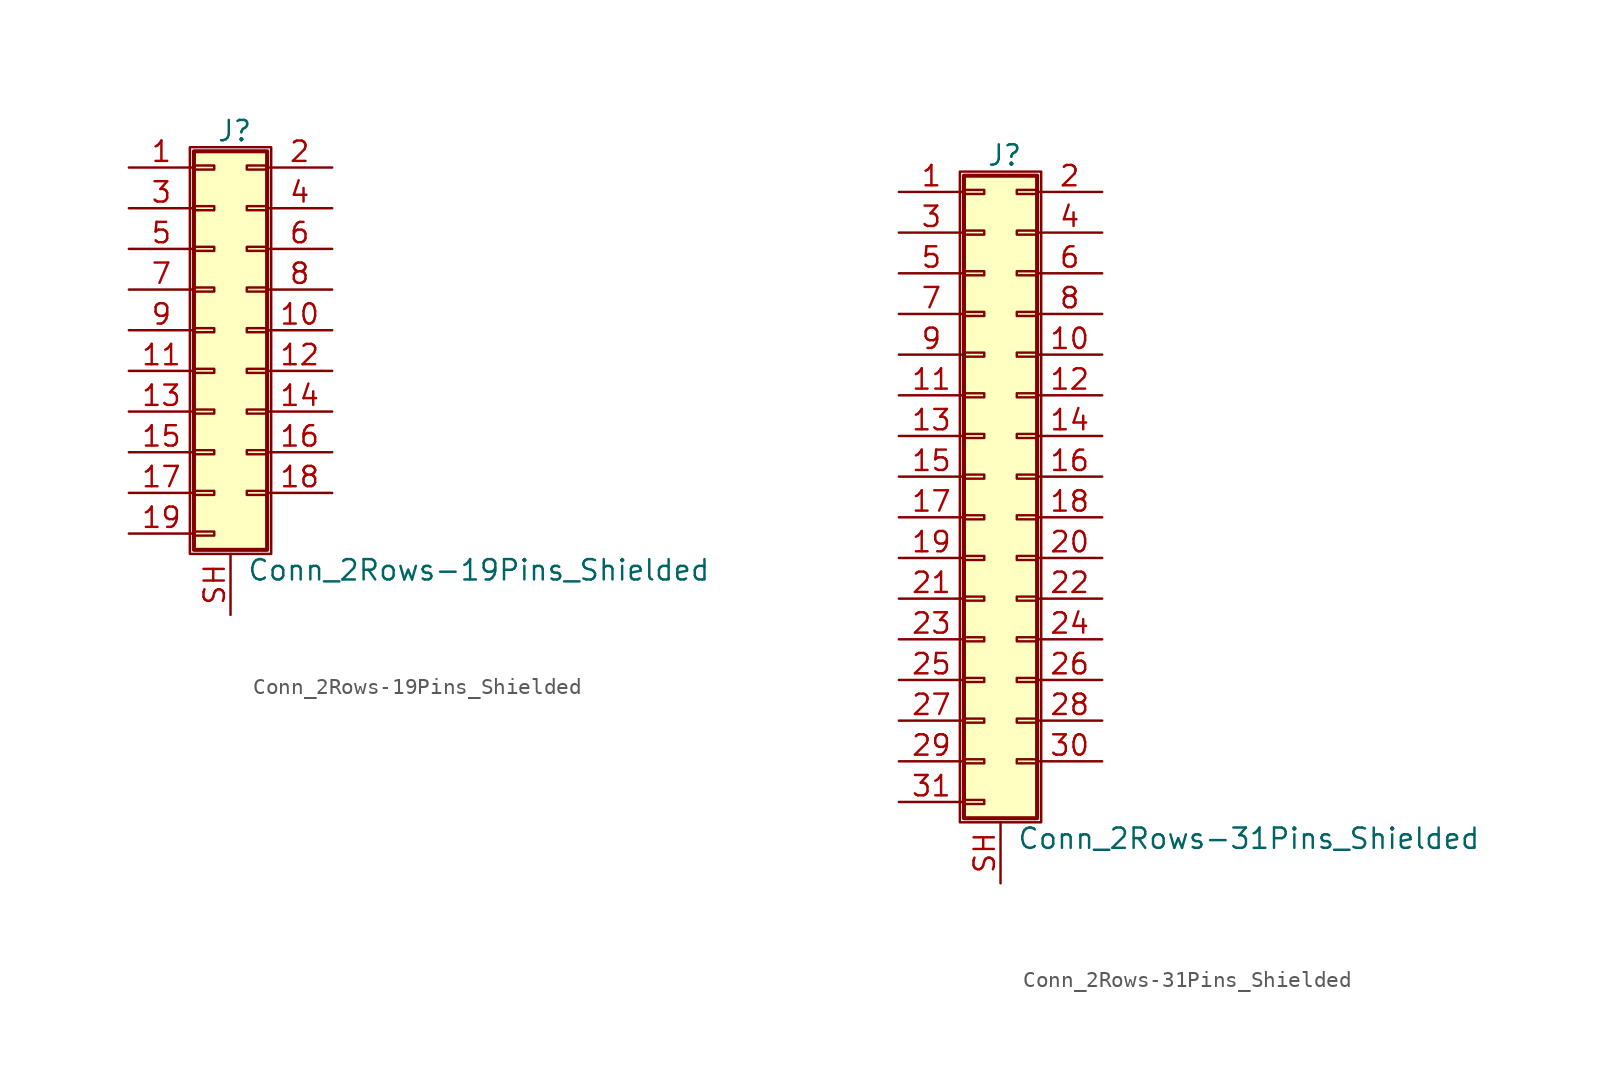
<source format=kicad_sym>
(kicad_symbol_lib
  (version 20201005)
  (generator kicad_symbol_editor)
  (symbol "Conn_2Rows-19Pins_Shielded"
    (pin_names
      (offset 1.016) hide)
    (property "Reference" "J"
      (at 1.524 12.446 0)
      (effects (font (size 1.27 1.27))))
    (property "Value" "Conn_2Rows-19Pins_Shielded"
      (at 2.286 -14.986 0)
      (effects (font (size 1.27 1.27)) (justify left)))
    (symbol "Conn_2Rows-19Pins_Shielded_1_1"
      (rectangle (start -1.27 11.43) (end 3.81 -13.97) (stroke (width 0.152)) (fill (type none)))
      (rectangle (start -1.016 -12.573) (end 0.254 -12.827) (stroke (width 0.152)) (fill (type none)))
      (rectangle (start -1.016 -10.033) (end 0.254 -10.287) (stroke (width 0.152)) (fill (type none)))
      (rectangle (start -1.016 -7.493) (end 0.254 -7.747) (stroke (width 0.152)) (fill (type none)))
      (rectangle (start -1.016 -4.953) (end 0.254 -5.207) (stroke (width 0.152)) (fill (type none)))
      (rectangle (start -1.016 -2.413) (end 0.254 -2.667) (stroke (width 0.152)) (fill (type none)))
      (rectangle (start -1.016 0.127) (end 0.254 -0.127) (stroke (width 0.152)) (fill (type none)))
      (rectangle (start -1.016 2.667) (end 0.254 2.413) (stroke (width 0.152)) (fill (type none)))
      (rectangle (start -1.016 5.207) (end 0.254 4.953) (stroke (width 0.152)) (fill (type none)))
      (rectangle (start -1.016 7.747) (end 0.254 7.493) (stroke (width 0.152)) (fill (type none)))
      (rectangle (start -1.016 10.287) (end 0.254 10.033) (stroke (width 0.152)) (fill (type none)))
      (rectangle (start -1.016 11.176) (end 3.556 -13.716) (stroke (width 0.254)) (fill (type background)))
      (rectangle (start 3.556 -10.033) (end 2.286 -10.287) (stroke (width 0.152)) (fill (type none)))
      (rectangle (start 3.556 -7.493) (end 2.286 -7.747) (stroke (width 0.152)) (fill (type none)))
      (rectangle (start 3.556 -4.953) (end 2.286 -5.207) (stroke (width 0.152)) (fill (type none)))
      (rectangle (start 3.556 -2.413) (end 2.286 -2.667) (stroke (width 0.152)) (fill (type none)))
      (rectangle (start 3.556 0.127) (end 2.286 -0.127) (stroke (width 0.152)) (fill (type none)))
      (rectangle (start 3.556 2.667) (end 2.286 2.413) (stroke (width 0.152)) (fill (type none)))
      (rectangle (start 3.556 5.207) (end 2.286 4.953) (stroke (width 0.152)) (fill (type none)))
      (rectangle (start 3.556 7.747) (end 2.286 7.493) (stroke (width 0.152)) (fill (type none)))
      (rectangle (start 3.556 10.287) (end 2.286 10.033) (stroke (width 0.152)) (fill (type none)))
      (pin passive line (at -5.08 10.16 0) (length 4.064) (name "Pin_1" (effects (font (size 1.27 1.27)))) (number "1" (effects (font (size 1.27 1.27)))))
      (pin passive line (at 7.62 0 180) (length 4.064) (name "Pin_10" (effects (font (size 1.27 1.27)))) (number "10" (effects (font (size 1.27 1.27)))))
      (pin passive line (at -5.08 -2.54 0) (length 4.064) (name "Pin_11" (effects (font (size 1.27 1.27)))) (number "11" (effects (font (size 1.27 1.27)))))
      (pin passive line (at 7.62 -2.54 180) (length 4.064) (name "Pin_12" (effects (font (size 1.27 1.27)))) (number "12" (effects (font (size 1.27 1.27)))))
      (pin passive line (at -5.08 -5.08 0) (length 4.064) (name "Pin_13" (effects (font (size 1.27 1.27)))) (number "13" (effects (font (size 1.27 1.27)))))
      (pin passive line (at 7.62 -5.08 180) (length 4.064) (name "Pin_14" (effects (font (size 1.27 1.27)))) (number "14" (effects (font (size 1.27 1.27)))))
      (pin passive line (at -5.08 -7.62 0) (length 4.064) (name "Pin_15" (effects (font (size 1.27 1.27)))) (number "15" (effects (font (size 1.27 1.27)))))
      (pin passive line (at 7.62 -7.62 180) (length 4.064) (name "Pin_16" (effects (font (size 1.27 1.27)))) (number "16" (effects (font (size 1.27 1.27)))))
      (pin passive line (at -5.08 -10.16 0) (length 4.064) (name "Pin_17" (effects (font (size 1.27 1.27)))) (number "17" (effects (font (size 1.27 1.27)))))
      (pin passive line (at 7.62 -10.16 180) (length 4.064) (name "Pin_18" (effects (font (size 1.27 1.27)))) (number "18" (effects (font (size 1.27 1.27)))))
      (pin passive line (at -5.08 -12.7 0) (length 4.064) (name "Pin_19" (effects (font (size 1.27 1.27)))) (number "19" (effects (font (size 1.27 1.27)))))
      (pin passive line (at 7.62 10.16 180) (length 4.064) (name "Pin_2" (effects (font (size 1.27 1.27)))) (number "2" (effects (font (size 1.27 1.27)))))
      (pin passive line (at -5.08 7.62 0) (length 4.064) (name "Pin_3" (effects (font (size 1.27 1.27)))) (number "3" (effects (font (size 1.27 1.27)))))
      (pin passive line (at 7.62 7.62 180) (length 4.064) (name "Pin_4" (effects (font (size 1.27 1.27)))) (number "4" (effects (font (size 1.27 1.27)))))
      (pin passive line (at -5.08 5.08 0) (length 4.064) (name "Pin_5" (effects (font (size 1.27 1.27)))) (number "5" (effects (font (size 1.27 1.27)))))
      (pin passive line (at 7.62 5.08 180) (length 4.064) (name "Pin_6" (effects (font (size 1.27 1.27)))) (number "6" (effects (font (size 1.27 1.27)))))
      (pin passive line (at -5.08 2.54 0) (length 4.064) (name "Pin_7" (effects (font (size 1.27 1.27)))) (number "7" (effects (font (size 1.27 1.27)))))
      (pin passive line (at 7.62 2.54 180) (length 4.064) (name "Pin_8" (effects (font (size 1.27 1.27)))) (number "8" (effects (font (size 1.27 1.27)))))
      (pin passive line (at -5.08 0 0) (length 4.064) (name "Pin_9" (effects (font (size 1.27 1.27)))) (number "9" (effects (font (size 1.27 1.27)))))
      (pin passive line (at 1.27 -17.78 90) (length 3.81) (name "Shield" (effects (font (size 1.27 1.27)))) (number "SH" (effects (font (size 1.27 1.27)))))))
  (symbol "Conn_2Rows-31Pins_Shielded"
    (pin_names
      (offset 1.016) hide)
    (property "Reference" "J"
      (at 1.524 20.066 0)
      (effects (font (size 1.27 1.27))))
    (property "Value" "Conn_2Rows-31Pins_Shielded"
      (at 2.286 -22.606 0)
      (effects (font (size 1.27 1.27)) (justify left)))
    (symbol "Conn_2Rows-31Pins_Shielded_1_1"
      (rectangle (start -1.27 19.05) (end 3.81 -21.59) (stroke (width 0.152)) (fill (type none)))
      (rectangle (start -1.016 -20.193) (end 0.254 -20.447) (stroke (width 0.152)) (fill (type none)))
      (rectangle (start -1.016 -17.653) (end 0.254 -17.907) (stroke (width 0.152)) (fill (type none)))
      (rectangle (start -1.016 -15.113) (end 0.254 -15.367) (stroke (width 0.152)) (fill (type none)))
      (rectangle (start -1.016 -12.573) (end 0.254 -12.827) (stroke (width 0.152)) (fill (type none)))
      (rectangle (start -1.016 -10.033) (end 0.254 -10.287) (stroke (width 0.152)) (fill (type none)))
      (rectangle (start -1.016 -7.493) (end 0.254 -7.747) (stroke (width 0.152)) (fill (type none)))
      (rectangle (start -1.016 -4.953) (end 0.254 -5.207) (stroke (width 0.152)) (fill (type none)))
      (rectangle (start -1.016 -2.413) (end 0.254 -2.667) (stroke (width 0.152)) (fill (type none)))
      (rectangle (start -1.016 0.127) (end 0.254 -0.127) (stroke (width 0.152)) (fill (type none)))
      (rectangle (start -1.016 2.667) (end 0.254 2.413) (stroke (width 0.152)) (fill (type none)))
      (rectangle (start -1.016 5.207) (end 0.254 4.953) (stroke (width 0.152)) (fill (type none)))
      (rectangle (start -1.016 7.747) (end 0.254 7.493) (stroke (width 0.152)) (fill (type none)))
      (rectangle (start -1.016 10.287) (end 0.254 10.033) (stroke (width 0.152)) (fill (type none)))
      (rectangle (start -1.016 12.827) (end 0.254 12.573) (stroke (width 0.152)) (fill (type none)))
      (rectangle (start -1.016 15.367) (end 0.254 15.113) (stroke (width 0.152)) (fill (type none)))
      (rectangle (start -1.016 17.907) (end 0.254 17.653) (stroke (width 0.152)) (fill (type none)))
      (rectangle (start -1.016 18.796) (end 3.556 -21.336) (stroke (width 0.254)) (fill (type background)))
      (rectangle (start 3.556 -17.653) (end 2.286 -17.907) (stroke (width 0.152)) (fill (type none)))
      (rectangle (start 3.556 -15.113) (end 2.286 -15.367) (stroke (width 0.152)) (fill (type none)))
      (rectangle (start 3.556 -12.573) (end 2.286 -12.827) (stroke (width 0.152)) (fill (type none)))
      (rectangle (start 3.556 -10.033) (end 2.286 -10.287) (stroke (width 0.152)) (fill (type none)))
      (rectangle (start 3.556 -7.493) (end 2.286 -7.747) (stroke (width 0.152)) (fill (type none)))
      (rectangle (start 3.556 -4.953) (end 2.286 -5.207) (stroke (width 0.152)) (fill (type none)))
      (rectangle (start 3.556 -2.413) (end 2.286 -2.667) (stroke (width 0.152)) (fill (type none)))
      (rectangle (start 3.556 0.127) (end 2.286 -0.127) (stroke (width 0.152)) (fill (type none)))
      (rectangle (start 3.556 2.667) (end 2.286 2.413) (stroke (width 0.152)) (fill (type none)))
      (rectangle (start 3.556 5.207) (end 2.286 4.953) (stroke (width 0.152)) (fill (type none)))
      (rectangle (start 3.556 7.747) (end 2.286 7.493) (stroke (width 0.152)) (fill (type none)))
      (rectangle (start 3.556 10.287) (end 2.286 10.033) (stroke (width 0.152)) (fill (type none)))
      (rectangle (start 3.556 12.827) (end 2.286 12.573) (stroke (width 0.152)) (fill (type none)))
      (rectangle (start 3.556 15.367) (end 2.286 15.113) (stroke (width 0.152)) (fill (type none)))
      (rectangle (start 3.556 17.907) (end 2.286 17.653) (stroke (width 0.152)) (fill (type none)))
      (pin passive line (at -5.08 17.78 0) (length 4.064) (name "Pin_1" (effects (font (size 1.27 1.27)))) (number "1" (effects (font (size 1.27 1.27)))))
      (pin passive line (at 7.62 7.62 180) (length 4.064) (name "Pin_10" (effects (font (size 1.27 1.27)))) (number "10" (effects (font (size 1.27 1.27)))))
      (pin passive line (at -5.08 5.08 0) (length 4.064) (name "Pin_11" (effects (font (size 1.27 1.27)))) (number "11" (effects (font (size 1.27 1.27)))))
      (pin passive line (at 7.62 5.08 180) (length 4.064) (name "Pin_12" (effects (font (size 1.27 1.27)))) (number "12" (effects (font (size 1.27 1.27)))))
      (pin passive line (at -5.08 2.54 0) (length 4.064) (name "Pin_13" (effects (font (size 1.27 1.27)))) (number "13" (effects (font (size 1.27 1.27)))))
      (pin passive line (at 7.62 2.54 180) (length 4.064) (name "Pin_14" (effects (font (size 1.27 1.27)))) (number "14" (effects (font (size 1.27 1.27)))))
      (pin passive line (at -5.08 0 0) (length 4.064) (name "Pin_15" (effects (font (size 1.27 1.27)))) (number "15" (effects (font (size 1.27 1.27)))))
      (pin passive line (at 7.62 0 180) (length 4.064) (name "Pin_16" (effects (font (size 1.27 1.27)))) (number "16" (effects (font (size 1.27 1.27)))))
      (pin passive line (at -5.08 -2.54 0) (length 4.064) (name "Pin_17" (effects (font (size 1.27 1.27)))) (number "17" (effects (font (size 1.27 1.27)))))
      (pin passive line (at 7.62 -2.54 180) (length 4.064) (name "Pin_18" (effects (font (size 1.27 1.27)))) (number "18" (effects (font (size 1.27 1.27)))))
      (pin passive line (at -5.08 -5.08 0) (length 4.064) (name "Pin_19" (effects (font (size 1.27 1.27)))) (number "19" (effects (font (size 1.27 1.27)))))
      (pin passive line (at 7.62 17.78 180) (length 4.064) (name "Pin_2" (effects (font (size 1.27 1.27)))) (number "2" (effects (font (size 1.27 1.27)))))
      (pin passive line (at 7.62 -5.08 180) (length 4.064) (name "Pin_20" (effects (font (size 1.27 1.27)))) (number "20" (effects (font (size 1.27 1.27)))))
      (pin passive line (at -5.08 -7.62 0) (length 4.064) (name "Pin_21" (effects (font (size 1.27 1.27)))) (number "21" (effects (font (size 1.27 1.27)))))
      (pin passive line (at 7.62 -7.62 180) (length 4.064) (name "Pin_22" (effects (font (size 1.27 1.27)))) (number "22" (effects (font (size 1.27 1.27)))))
      (pin passive line (at -5.08 -10.16 0) (length 4.064) (name "Pin_23" (effects (font (size 1.27 1.27)))) (number "23" (effects (font (size 1.27 1.27)))))
      (pin passive line (at 7.62 -10.16 180) (length 4.064) (name "Pin_24" (effects (font (size 1.27 1.27)))) (number "24" (effects (font (size 1.27 1.27)))))
      (pin passive line (at -5.08 -12.7 0) (length 4.064) (name "Pin_25" (effects (font (size 1.27 1.27)))) (number "25" (effects (font (size 1.27 1.27)))))
      (pin passive line (at 7.62 -12.7 180) (length 4.064) (name "Pin_26" (effects (font (size 1.27 1.27)))) (number "26" (effects (font (size 1.27 1.27)))))
      (pin passive line (at -5.08 -15.24 0) (length 4.064) (name "Pin_27" (effects (font (size 1.27 1.27)))) (number "27" (effects (font (size 1.27 1.27)))))
      (pin passive line (at 7.62 -15.24 180) (length 4.064) (name "Pin_28" (effects (font (size 1.27 1.27)))) (number "28" (effects (font (size 1.27 1.27)))))
      (pin passive line (at -5.08 -17.78 0) (length 4.064) (name "Pin_29" (effects (font (size 1.27 1.27)))) (number "29" (effects (font (size 1.27 1.27)))))
      (pin passive line (at -5.08 15.24 0) (length 4.064) (name "Pin_3" (effects (font (size 1.27 1.27)))) (number "3" (effects (font (size 1.27 1.27)))))
      (pin passive line (at 7.62 -17.78 180) (length 4.064) (name "Pin_30" (effects (font (size 1.27 1.27)))) (number "30" (effects (font (size 1.27 1.27)))))
      (pin passive line (at -5.08 -20.32 0) (length 4.064) (name "Pin_31" (effects (font (size 1.27 1.27)))) (number "31" (effects (font (size 1.27 1.27)))))
      (pin passive line (at 7.62 15.24 180) (length 4.064) (name "Pin_4" (effects (font (size 1.27 1.27)))) (number "4" (effects (font (size 1.27 1.27)))))
      (pin passive line (at -5.08 12.7 0) (length 4.064) (name "Pin_5" (effects (font (size 1.27 1.27)))) (number "5" (effects (font (size 1.27 1.27)))))
      (pin passive line (at 7.62 12.7 180) (length 4.064) (name "Pin_6" (effects (font (size 1.27 1.27)))) (number "6" (effects (font (size 1.27 1.27)))))
      (pin passive line (at -5.08 10.16 0) (length 4.064) (name "Pin_7" (effects (font (size 1.27 1.27)))) (number "7" (effects (font (size 1.27 1.27)))))
      (pin passive line (at 7.62 10.16 180) (length 4.064) (name "Pin_8" (effects (font (size 1.27 1.27)))) (number "8" (effects (font (size 1.27 1.27)))))
      (pin passive line (at -5.08 7.62 0) (length 4.064) (name "Pin_9" (effects (font (size 1.27 1.27)))) (number "9" (effects (font (size 1.27 1.27)))))
      (pin passive line (at 1.27 -25.4 90) (length 3.81) (name "Shield" (effects (font (size 1.27 1.27)))) (number "SH" (effects (font (size 1.27 1.27))))))))
</source>
